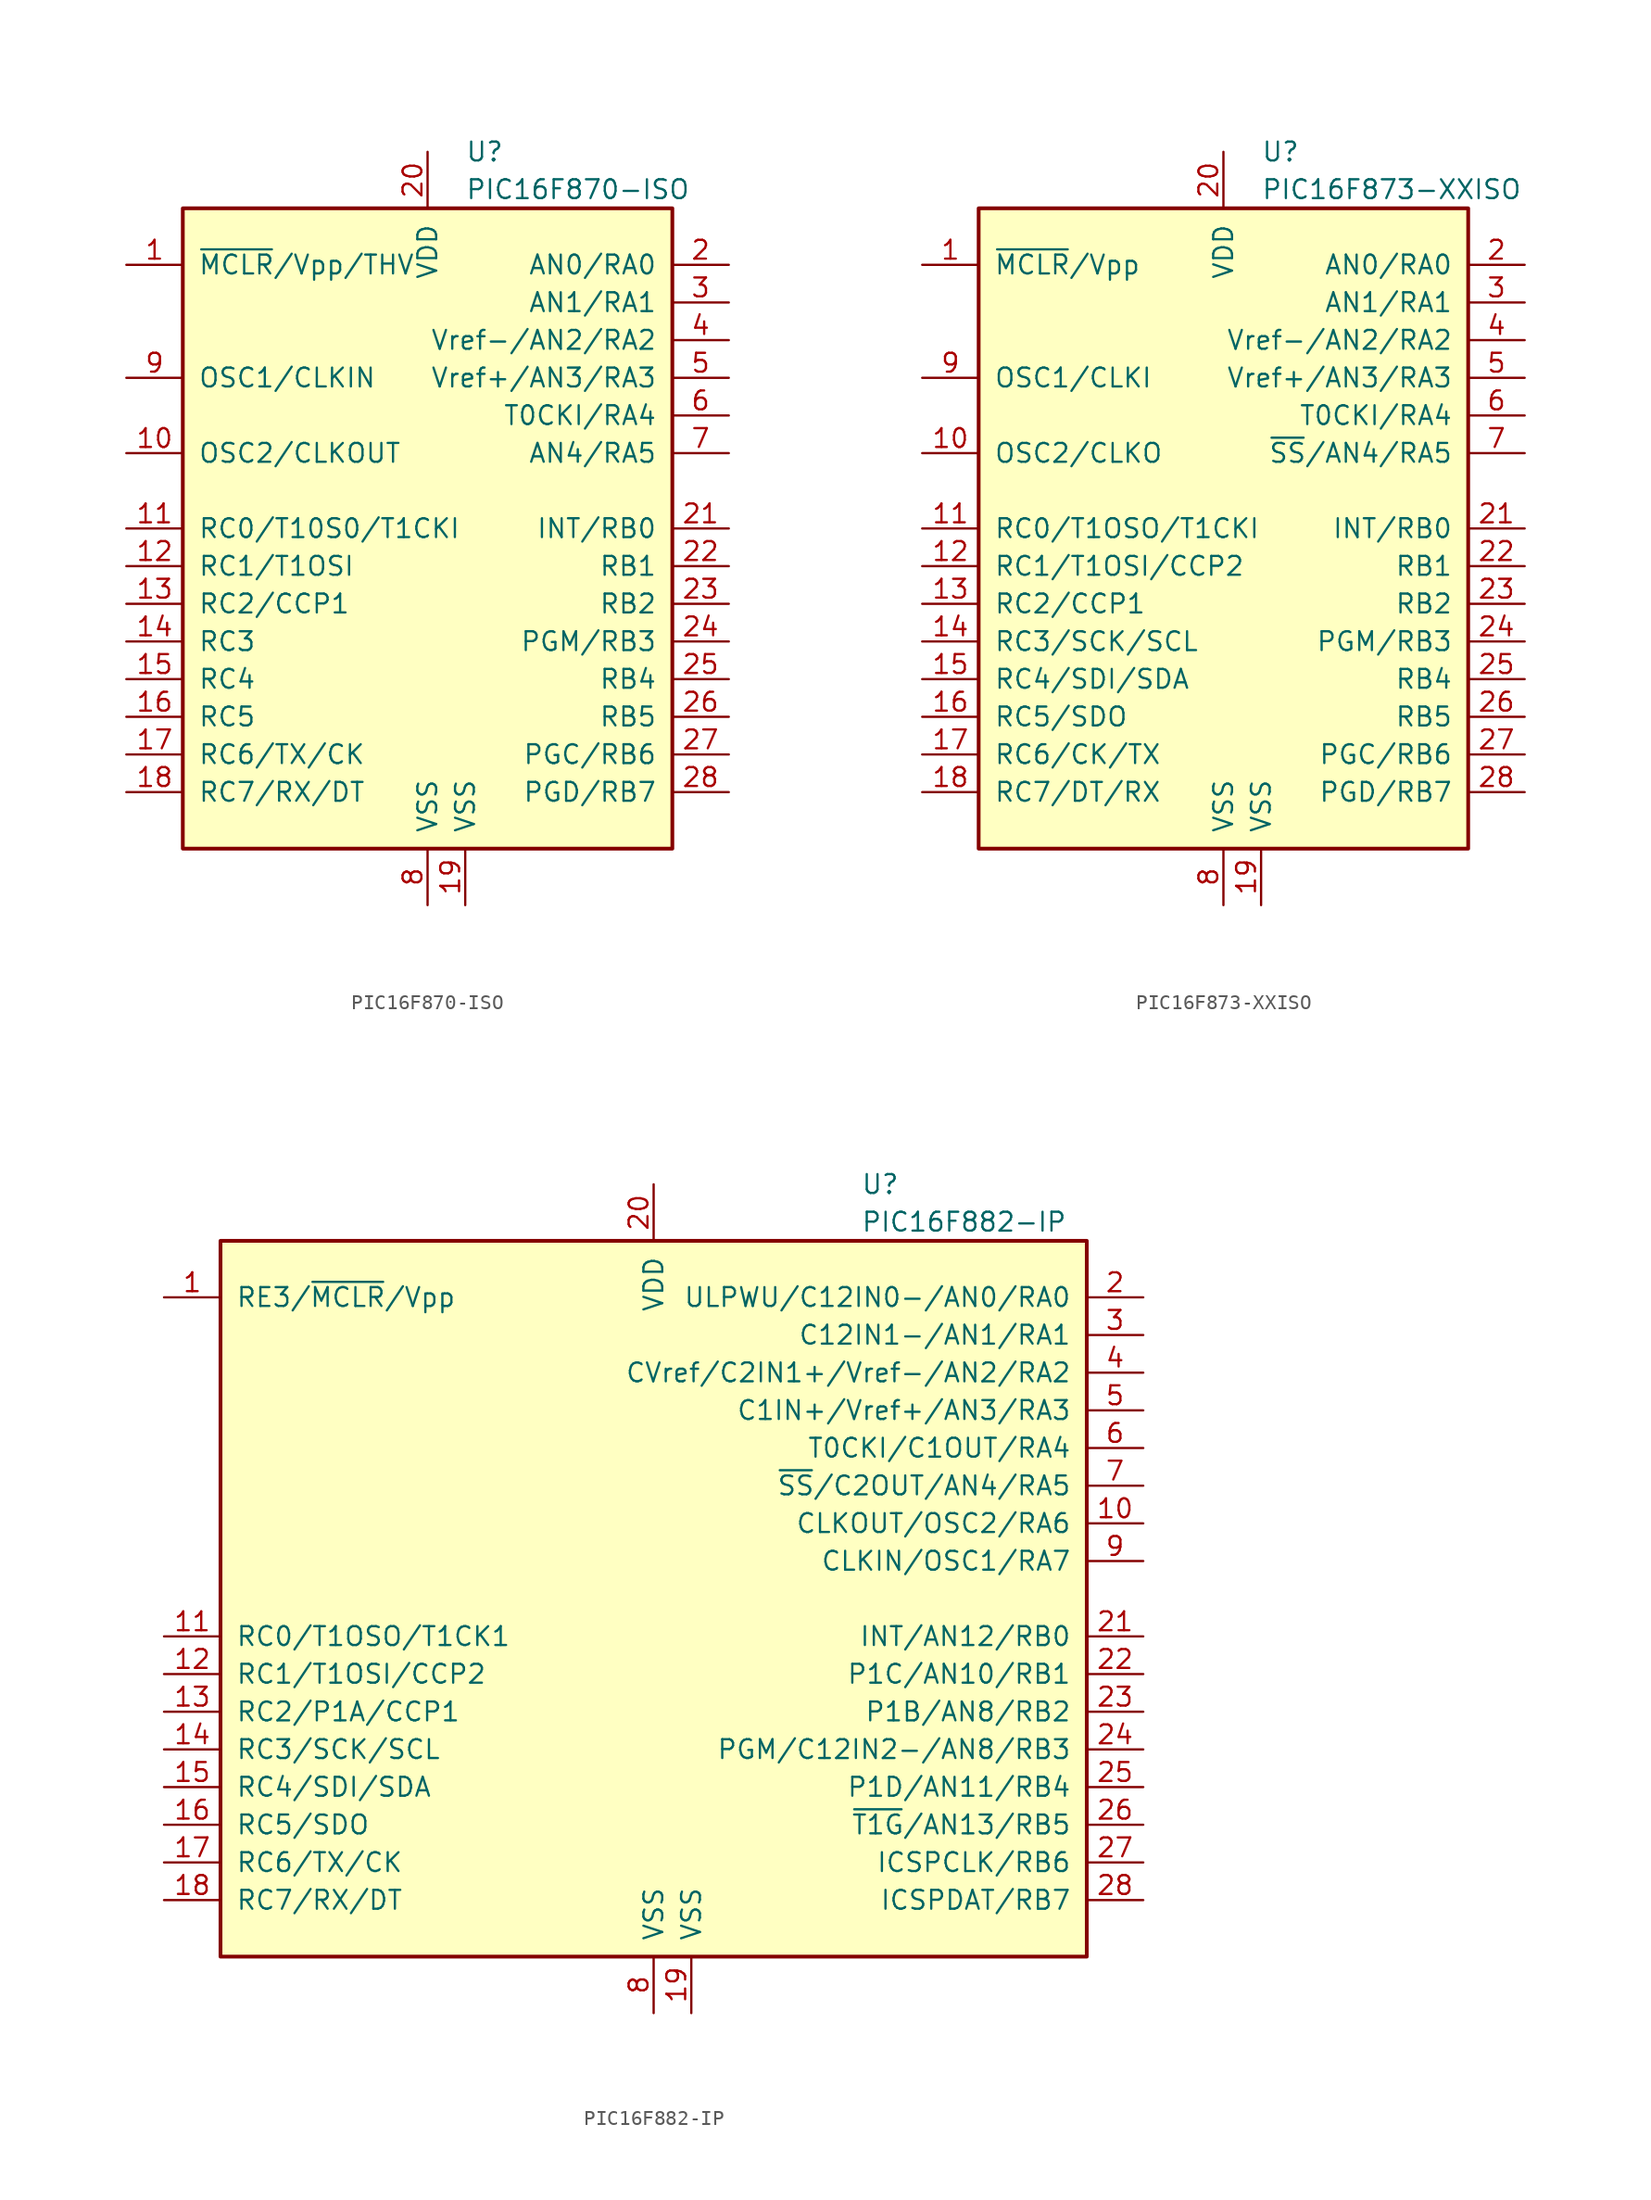
<source format=kicad_sym>
(kicad_symbol_lib
  (version 20211014)
  (generator kicad_symbol_editor)
  (symbol "PIC16F870-ISO"
    (pin_names
      (offset 1.016))
    (property "Reference" "U"
      (at 2.54 25.4 0)
      (effects (font (size 1.27 1.27)) (justify left)))
    (property "Value" "PIC16F870-ISO"
      (at 2.54 22.86 0)
      (effects (font (size 1.27 1.27)) (justify left)))
    (symbol "PIC16F870-ISO_0_1"
      (rectangle (start -16.51 -21.59) (end 16.51 21.59) (stroke (width 0.254) (type default) (color 0 0 0 0)) (fill (type background))))
    (symbol "PIC16F870-ISO_1_1"
      (pin input line (at -20.32 17.78 0) (length 3.81) (name "~{MCLR}/Vpp/THV" (effects (font (size 1.27 1.27)))) (number "1" (effects (font (size 1.27 1.27)))))
      (pin output line (at -20.32 5.08 0) (length 3.81) (name "OSC2/CLKOUT" (effects (font (size 1.27 1.27)))) (number "10" (effects (font (size 1.27 1.27)))))
      (pin bidirectional line (at -20.32 0 0) (length 3.81) (name "RC0/T10S0/T1CKI" (effects (font (size 1.27 1.27)))) (number "11" (effects (font (size 1.27 1.27)))))
      (pin bidirectional line (at -20.32 -2.54 0) (length 3.81) (name "RC1/T1OSI" (effects (font (size 1.27 1.27)))) (number "12" (effects (font (size 1.27 1.27)))))
      (pin bidirectional line (at -20.32 -5.08 0) (length 3.81) (name "RC2/CCP1" (effects (font (size 1.27 1.27)))) (number "13" (effects (font (size 1.27 1.27)))))
      (pin bidirectional line (at -20.32 -7.62 0) (length 3.81) (name "RC3" (effects (font (size 1.27 1.27)))) (number "14" (effects (font (size 1.27 1.27)))))
      (pin bidirectional line (at -20.32 -10.16 0) (length 3.81) (name "RC4" (effects (font (size 1.27 1.27)))) (number "15" (effects (font (size 1.27 1.27)))))
      (pin bidirectional line (at -20.32 -12.7 0) (length 3.81) (name "RC5" (effects (font (size 1.27 1.27)))) (number "16" (effects (font (size 1.27 1.27)))))
      (pin bidirectional line (at -20.32 -15.24 0) (length 3.81) (name "RC6/TX/CK" (effects (font (size 1.27 1.27)))) (number "17" (effects (font (size 1.27 1.27)))))
      (pin bidirectional line (at -20.32 -17.78 0) (length 3.81) (name "RC7/RX/DT" (effects (font (size 1.27 1.27)))) (number "18" (effects (font (size 1.27 1.27)))))
      (pin power_in line (at 2.54 -25.4 90) (length 3.81) (name "VSS" (effects (font (size 1.27 1.27)))) (number "19" (effects (font (size 1.27 1.27)))))
      (pin bidirectional line (at 20.32 17.78 180) (length 3.81) (name "AN0/RA0" (effects (font (size 1.27 1.27)))) (number "2" (effects (font (size 1.27 1.27)))))
      (pin power_in line (at 0 25.4 270) (length 3.81) (name "VDD" (effects (font (size 1.27 1.27)))) (number "20" (effects (font (size 1.27 1.27)))))
      (pin bidirectional line (at 20.32 0 180) (length 3.81) (name "INT/RB0" (effects (font (size 1.27 1.27)))) (number "21" (effects (font (size 1.27 1.27)))))
      (pin bidirectional line (at 20.32 -2.54 180) (length 3.81) (name "RB1" (effects (font (size 1.27 1.27)))) (number "22" (effects (font (size 1.27 1.27)))))
      (pin bidirectional line (at 20.32 -5.08 180) (length 3.81) (name "RB2" (effects (font (size 1.27 1.27)))) (number "23" (effects (font (size 1.27 1.27)))))
      (pin bidirectional line (at 20.32 -7.62 180) (length 3.81) (name "PGM/RB3" (effects (font (size 1.27 1.27)))) (number "24" (effects (font (size 1.27 1.27)))))
      (pin bidirectional line (at 20.32 -10.16 180) (length 3.81) (name "RB4" (effects (font (size 1.27 1.27)))) (number "25" (effects (font (size 1.27 1.27)))))
      (pin bidirectional line (at 20.32 -12.7 180) (length 3.81) (name "RB5" (effects (font (size 1.27 1.27)))) (number "26" (effects (font (size 1.27 1.27)))))
      (pin bidirectional line (at 20.32 -15.24 180) (length 3.81) (name "PGC/RB6" (effects (font (size 1.27 1.27)))) (number "27" (effects (font (size 1.27 1.27)))))
      (pin bidirectional line (at 20.32 -17.78 180) (length 3.81) (name "PGD/RB7" (effects (font (size 1.27 1.27)))) (number "28" (effects (font (size 1.27 1.27)))))
      (pin bidirectional line (at 20.32 15.24 180) (length 3.81) (name "AN1/RA1" (effects (font (size 1.27 1.27)))) (number "3" (effects (font (size 1.27 1.27)))))
      (pin bidirectional line (at 20.32 12.7 180) (length 3.81) (name "Vref-/AN2/RA2" (effects (font (size 1.27 1.27)))) (number "4" (effects (font (size 1.27 1.27)))))
      (pin bidirectional line (at 20.32 10.16 180) (length 3.81) (name "Vref+/AN3/RA3" (effects (font (size 1.27 1.27)))) (number "5" (effects (font (size 1.27 1.27)))))
      (pin bidirectional line (at 20.32 7.62 180) (length 3.81) (name "T0CKI/RA4" (effects (font (size 1.27 1.27)))) (number "6" (effects (font (size 1.27 1.27)))))
      (pin bidirectional line (at 20.32 5.08 180) (length 3.81) (name "AN4/RA5" (effects (font (size 1.27 1.27)))) (number "7" (effects (font (size 1.27 1.27)))))
      (pin power_in line (at 0 -25.4 90) (length 3.81) (name "VSS" (effects (font (size 1.27 1.27)))) (number "8" (effects (font (size 1.27 1.27)))))
      (pin input line (at -20.32 10.16 0) (length 3.81) (name "OSC1/CLKIN" (effects (font (size 1.27 1.27)))) (number "9" (effects (font (size 1.27 1.27)))))))
  (symbol "PIC16F873-XXISO"
    (pin_names
      (offset 1.016))
    (property "Reference" "U"
      (at 2.54 25.4 0)
      (effects (font (size 1.27 1.27)) (justify left)))
    (property "Value" "PIC16F873-XXISO"
      (at 2.54 22.86 0)
      (effects (font (size 1.27 1.27)) (justify left)))
    (symbol "PIC16F873-XXISO_0_1"
      (rectangle (start -16.51 21.59) (end 16.51 -21.59) (stroke (width 0.254) (type default) (color 0 0 0 0)) (fill (type background))))
    (symbol "PIC16F873-XXISO_1_1"
      (pin input line (at -20.32 17.78 0) (length 3.81) (name "~{MCLR}/Vpp" (effects (font (size 1.27 1.27)))) (number "1" (effects (font (size 1.27 1.27)))))
      (pin output line (at -20.32 5.08 0) (length 3.81) (name "OSC2/CLKO" (effects (font (size 1.27 1.27)))) (number "10" (effects (font (size 1.27 1.27)))))
      (pin bidirectional line (at -20.32 0 0) (length 3.81) (name "RC0/T1OSO/T1CKI" (effects (font (size 1.27 1.27)))) (number "11" (effects (font (size 1.27 1.27)))))
      (pin bidirectional line (at -20.32 -2.54 0) (length 3.81) (name "RC1/T1OSI/CCP2" (effects (font (size 1.27 1.27)))) (number "12" (effects (font (size 1.27 1.27)))))
      (pin bidirectional line (at -20.32 -5.08 0) (length 3.81) (name "RC2/CCP1" (effects (font (size 1.27 1.27)))) (number "13" (effects (font (size 1.27 1.27)))))
      (pin bidirectional line (at -20.32 -7.62 0) (length 3.81) (name "RC3/SCK/SCL" (effects (font (size 1.27 1.27)))) (number "14" (effects (font (size 1.27 1.27)))))
      (pin bidirectional line (at -20.32 -10.16 0) (length 3.81) (name "RC4/SDI/SDA" (effects (font (size 1.27 1.27)))) (number "15" (effects (font (size 1.27 1.27)))))
      (pin bidirectional line (at -20.32 -12.7 0) (length 3.81) (name "RC5/SDO" (effects (font (size 1.27 1.27)))) (number "16" (effects (font (size 1.27 1.27)))))
      (pin bidirectional line (at -20.32 -15.24 0) (length 3.81) (name "RC6/CK/TX" (effects (font (size 1.27 1.27)))) (number "17" (effects (font (size 1.27 1.27)))))
      (pin bidirectional line (at -20.32 -17.78 0) (length 3.81) (name "RC7/DT/RX" (effects (font (size 1.27 1.27)))) (number "18" (effects (font (size 1.27 1.27)))))
      (pin power_in line (at 2.54 -25.4 90) (length 3.81) (name "VSS" (effects (font (size 1.27 1.27)))) (number "19" (effects (font (size 1.27 1.27)))))
      (pin bidirectional line (at 20.32 17.78 180) (length 3.81) (name "AN0/RA0" (effects (font (size 1.27 1.27)))) (number "2" (effects (font (size 1.27 1.27)))))
      (pin power_in line (at 0 25.4 270) (length 3.81) (name "VDD" (effects (font (size 1.27 1.27)))) (number "20" (effects (font (size 1.27 1.27)))))
      (pin bidirectional line (at 20.32 0 180) (length 3.81) (name "INT/RB0" (effects (font (size 1.27 1.27)))) (number "21" (effects (font (size 1.27 1.27)))))
      (pin bidirectional line (at 20.32 -2.54 180) (length 3.81) (name "RB1" (effects (font (size 1.27 1.27)))) (number "22" (effects (font (size 1.27 1.27)))))
      (pin bidirectional line (at 20.32 -5.08 180) (length 3.81) (name "RB2" (effects (font (size 1.27 1.27)))) (number "23" (effects (font (size 1.27 1.27)))))
      (pin bidirectional line (at 20.32 -7.62 180) (length 3.81) (name "PGM/RB3" (effects (font (size 1.27 1.27)))) (number "24" (effects (font (size 1.27 1.27)))))
      (pin bidirectional line (at 20.32 -10.16 180) (length 3.81) (name "RB4" (effects (font (size 1.27 1.27)))) (number "25" (effects (font (size 1.27 1.27)))))
      (pin bidirectional line (at 20.32 -12.7 180) (length 3.81) (name "RB5" (effects (font (size 1.27 1.27)))) (number "26" (effects (font (size 1.27 1.27)))))
      (pin bidirectional line (at 20.32 -15.24 180) (length 3.81) (name "PGC/RB6" (effects (font (size 1.27 1.27)))) (number "27" (effects (font (size 1.27 1.27)))))
      (pin bidirectional line (at 20.32 -17.78 180) (length 3.81) (name "PGD/RB7" (effects (font (size 1.27 1.27)))) (number "28" (effects (font (size 1.27 1.27)))))
      (pin bidirectional line (at 20.32 15.24 180) (length 3.81) (name "AN1/RA1" (effects (font (size 1.27 1.27)))) (number "3" (effects (font (size 1.27 1.27)))))
      (pin bidirectional line (at 20.32 12.7 180) (length 3.81) (name "Vref-/AN2/RA2" (effects (font (size 1.27 1.27)))) (number "4" (effects (font (size 1.27 1.27)))))
      (pin bidirectional line (at 20.32 10.16 180) (length 3.81) (name "Vref+/AN3/RA3" (effects (font (size 1.27 1.27)))) (number "5" (effects (font (size 1.27 1.27)))))
      (pin bidirectional line (at 20.32 7.62 180) (length 3.81) (name "T0CKI/RA4" (effects (font (size 1.27 1.27)))) (number "6" (effects (font (size 1.27 1.27)))))
      (pin bidirectional line (at 20.32 5.08 180) (length 3.81) (name "~{SS}/AN4/RA5" (effects (font (size 1.27 1.27)))) (number "7" (effects (font (size 1.27 1.27)))))
      (pin power_in line (at 0 -25.4 90) (length 3.81) (name "VSS" (effects (font (size 1.27 1.27)))) (number "8" (effects (font (size 1.27 1.27)))))
      (pin input line (at -20.32 10.16 0) (length 3.81) (name "OSC1/CLKI" (effects (font (size 1.27 1.27)))) (number "9" (effects (font (size 1.27 1.27)))))))
  (symbol "PIC16F882-IP"
    (pin_names
      (offset 1.016))
    (property "Reference" "U"
      (at 13.97 27.94 0)
      (effects (font (size 1.27 1.27)) (justify left)))
    (property "Value" "PIC16F882-IP"
      (at 13.97 25.4 0)
      (effects (font (size 1.27 1.27)) (justify left)))
    (symbol "PIC16F882-IP_0_1"
      (rectangle (start -29.21 24.13) (end 29.21 -24.13) (stroke (width 0.254) (type default) (color 0 0 0 0)) (fill (type background))))
    (symbol "PIC16F882-IP_1_1"
      (pin bidirectional line (at -33.02 20.32 0) (length 3.81) (name "RE3/~{MCLR}/Vpp" (effects (font (size 1.27 1.27)))) (number "1" (effects (font (size 1.27 1.27)))))
      (pin bidirectional line (at 33.02 5.08 180) (length 3.81) (name "CLKOUT/OSC2/RA6" (effects (font (size 1.27 1.27)))) (number "10" (effects (font (size 1.27 1.27)))))
      (pin bidirectional line (at -33.02 -2.54 0) (length 3.81) (name "RC0/T1OSO/T1CK1" (effects (font (size 1.27 1.27)))) (number "11" (effects (font (size 1.27 1.27)))))
      (pin bidirectional line (at -33.02 -5.08 0) (length 3.81) (name "RC1/T1OSI/CCP2" (effects (font (size 1.27 1.27)))) (number "12" (effects (font (size 1.27 1.27)))))
      (pin bidirectional line (at -33.02 -7.62 0) (length 3.81) (name "RC2/P1A/CCP1" (effects (font (size 1.27 1.27)))) (number "13" (effects (font (size 1.27 1.27)))))
      (pin bidirectional line (at -33.02 -10.16 0) (length 3.81) (name "RC3/SCK/SCL" (effects (font (size 1.27 1.27)))) (number "14" (effects (font (size 1.27 1.27)))))
      (pin bidirectional line (at -33.02 -12.7 0) (length 3.81) (name "RC4/SDI/SDA" (effects (font (size 1.27 1.27)))) (number "15" (effects (font (size 1.27 1.27)))))
      (pin bidirectional line (at -33.02 -15.24 0) (length 3.81) (name "RC5/SDO" (effects (font (size 1.27 1.27)))) (number "16" (effects (font (size 1.27 1.27)))))
      (pin bidirectional line (at -33.02 -17.78 0) (length 3.81) (name "RC6/TX/CK" (effects (font (size 1.27 1.27)))) (number "17" (effects (font (size 1.27 1.27)))))
      (pin bidirectional line (at -33.02 -20.32 0) (length 3.81) (name "RC7/RX/DT" (effects (font (size 1.27 1.27)))) (number "18" (effects (font (size 1.27 1.27)))))
      (pin power_in line (at 2.54 -27.94 90) (length 3.81) (name "VSS" (effects (font (size 1.27 1.27)))) (number "19" (effects (font (size 1.27 1.27)))))
      (pin bidirectional line (at 33.02 20.32 180) (length 3.81) (name "ULPWU/C12IN0-/AN0/RA0" (effects (font (size 1.27 1.27)))) (number "2" (effects (font (size 1.27 1.27)))))
      (pin power_in line (at 0 27.94 270) (length 3.81) (name "VDD" (effects (font (size 1.27 1.27)))) (number "20" (effects (font (size 1.27 1.27)))))
      (pin bidirectional line (at 33.02 -2.54 180) (length 3.81) (name "INT/AN12/RB0" (effects (font (size 1.27 1.27)))) (number "21" (effects (font (size 1.27 1.27)))))
      (pin bidirectional line (at 33.02 -5.08 180) (length 3.81) (name "P1C/AN10/RB1" (effects (font (size 1.27 1.27)))) (number "22" (effects (font (size 1.27 1.27)))))
      (pin bidirectional line (at 33.02 -7.62 180) (length 3.81) (name "P1B/AN8/RB2" (effects (font (size 1.27 1.27)))) (number "23" (effects (font (size 1.27 1.27)))))
      (pin bidirectional line (at 33.02 -10.16 180) (length 3.81) (name "PGM/C12IN2-/AN8/RB3" (effects (font (size 1.27 1.27)))) (number "24" (effects (font (size 1.27 1.27)))))
      (pin bidirectional line (at 33.02 -12.7 180) (length 3.81) (name "P1D/AN11/RB4" (effects (font (size 1.27 1.27)))) (number "25" (effects (font (size 1.27 1.27)))))
      (pin bidirectional line (at 33.02 -15.24 180) (length 3.81) (name "~{T1G}/AN13/RB5" (effects (font (size 1.27 1.27)))) (number "26" (effects (font (size 1.27 1.27)))))
      (pin bidirectional line (at 33.02 -17.78 180) (length 3.81) (name "ICSPCLK/RB6" (effects (font (size 1.27 1.27)))) (number "27" (effects (font (size 1.27 1.27)))))
      (pin bidirectional line (at 33.02 -20.32 180) (length 3.81) (name "ICSPDAT/RB7" (effects (font (size 1.27 1.27)))) (number "28" (effects (font (size 1.27 1.27)))))
      (pin bidirectional line (at 33.02 17.78 180) (length 3.81) (name "C12IN1-/AN1/RA1" (effects (font (size 1.27 1.27)))) (number "3" (effects (font (size 1.27 1.27)))))
      (pin bidirectional line (at 33.02 15.24 180) (length 3.81) (name "CVref/C2IN1+/Vref-/AN2/RA2" (effects (font (size 1.27 1.27)))) (number "4" (effects (font (size 1.27 1.27)))))
      (pin bidirectional line (at 33.02 12.7 180) (length 3.81) (name "C1IN+/Vref+/AN3/RA3" (effects (font (size 1.27 1.27)))) (number "5" (effects (font (size 1.27 1.27)))))
      (pin bidirectional line (at 33.02 10.16 180) (length 3.81) (name "T0CKI/C1OUT/RA4" (effects (font (size 1.27 1.27)))) (number "6" (effects (font (size 1.27 1.27)))))
      (pin bidirectional line (at 33.02 7.62 180) (length 3.81) (name "~{SS}/C2OUT/AN4/RA5" (effects (font (size 1.27 1.27)))) (number "7" (effects (font (size 1.27 1.27)))))
      (pin power_in line (at 0 -27.94 90) (length 3.81) (name "VSS" (effects (font (size 1.27 1.27)))) (number "8" (effects (font (size 1.27 1.27)))))
      (pin input line (at 33.02 2.54 180) (length 3.81) (name "CLKIN/OSC1/RA7" (effects (font (size 1.27 1.27)))) (number "9" (effects (font (size 1.27 1.27))))))))
</source>
